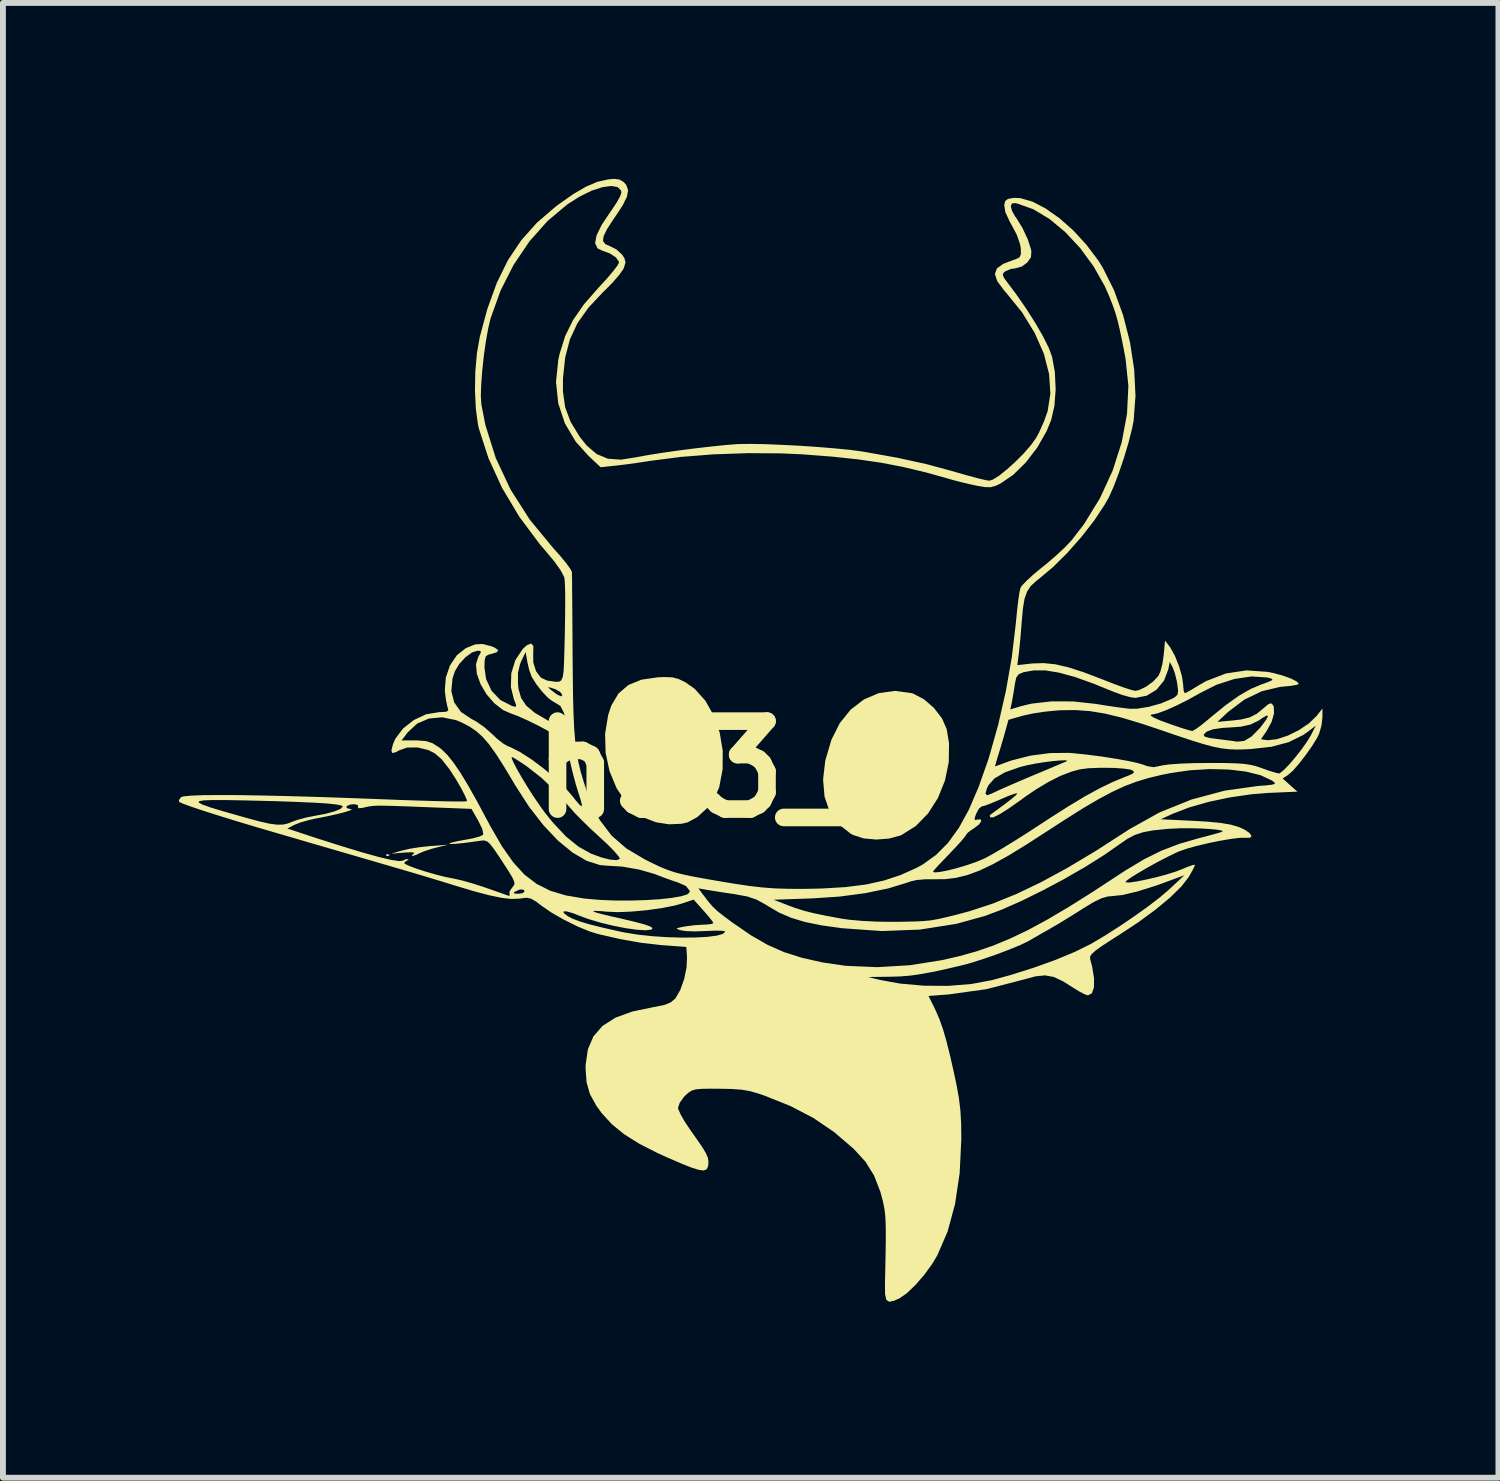
<source format=kicad_pcb>
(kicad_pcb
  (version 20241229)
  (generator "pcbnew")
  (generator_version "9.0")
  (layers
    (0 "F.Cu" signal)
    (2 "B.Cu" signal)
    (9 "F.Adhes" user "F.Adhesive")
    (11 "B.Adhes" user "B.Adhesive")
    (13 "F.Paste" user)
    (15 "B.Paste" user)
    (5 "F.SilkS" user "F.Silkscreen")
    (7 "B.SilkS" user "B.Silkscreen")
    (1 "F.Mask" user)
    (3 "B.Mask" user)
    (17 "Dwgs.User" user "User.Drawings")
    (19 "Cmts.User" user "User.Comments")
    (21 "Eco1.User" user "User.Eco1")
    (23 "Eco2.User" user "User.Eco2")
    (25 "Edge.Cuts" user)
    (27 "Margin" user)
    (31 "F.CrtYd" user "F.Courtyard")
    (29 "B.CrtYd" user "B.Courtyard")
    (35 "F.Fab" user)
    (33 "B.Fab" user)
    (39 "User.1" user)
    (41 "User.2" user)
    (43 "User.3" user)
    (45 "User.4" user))
  (footprint "h33_1"
    (layer "F.Cu")
    (at 9.493 9.052)
    (property "Reference" "h33_1" (at 0 1.016 0) (layer "F.SilkS") (effects (font (size 1.5 1.5) (thickness 0.3))))
    (attr board_only exclude_from_pos_files exclude_from_bom)
    (fp_poly (pts (xy -5.959 2.469) (xy -5.954 2.493) (xy -5.933 2.496) (xy -5.899 2.481) (xy -5.906 2.469) (xy -5.954 2.464)) (stroke (width 0) (type solid)) (fill yes) (layer "F.SilkS"))
    (fp_poly (pts (xy -5.208 2.325) (xy -5.387 2.344) (xy -5.562 2.372) (xy -5.691 2.402) (xy -5.872 2.455) (xy -5.651 2.436) (xy -5.525 2.43) (xy -5.477 2.439) (xy -5.49 2.456) (xy -5.524 2.487) (xy -5.502 2.492) (xy -5.443 2.474) (xy -5.392 2.448) (xy -5.309 2.413) (xy -5.183 2.372) (xy -5.111 2.353) (xy -4.906 2.302)) (stroke (width 0) (type solid)) (fill yes) (layer "F.SilkS"))
    (fp_poly (pts (xy 2.443 -0.283) (xy 2.19 -0.176) (xy 1.964 -0.003) (xy 1.776 0.23) (xy 1.634 0.513) (xy 1.53 0.865) (xy 1.492 1.19) (xy 1.517 1.483) (xy 1.605 1.739) (xy 1.755 1.951) (xy 1.964 2.115) (xy 2.006 2.137) (xy 2.182 2.194) (xy 2.398 2.214) (xy 2.619 2.197) (xy 2.815 2.143) (xy 2.828 2.137) (xy 3.074 1.983) (xy 3.283 1.768) (xy 3.45 1.506) (xy 3.57 1.21) (xy 3.635 0.895) (xy 3.64 0.573) (xy 3.6 0.331) (xy 3.52 0.148) (xy 3.384 -0.029) (xy 3.214 -0.177) (xy 3.032 -0.273) (xy 2.998 -0.283) (xy 2.716 -0.321)) (stroke (width 0) (type solid)) (fill yes) (layer "F.SilkS"))
    (fp_poly (pts (xy -1.324 -0.553) (xy -1.606 -0.512) (xy -1.829 -0.421) (xy -1.997 -0.276) (xy -2.118 -0.073) (xy -2.172 0.088) (xy -2.225 0.411) (xy -2.216 0.736) (xy -2.149 1.048) (xy -2.03 1.336) (xy -1.864 1.585) (xy -1.654 1.781) (xy -1.553 1.844) (xy -1.359 1.919) (xy -1.135 1.954) (xy -0.92 1.945) (xy -0.821 1.922) (xy -0.651 1.83) (xy -0.49 1.682) (xy -0.357 1.5) (xy -0.28 1.325) (xy -0.221 1.016) (xy -0.219 0.7) (xy -0.271 0.39) (xy -0.371 0.102) (xy -0.514 -0.152) (xy -0.697 -0.356) (xy -0.861 -0.471) (xy -0.974 -0.525) (xy -1.081 -0.552) (xy -1.214 -0.557)) (stroke (width 0) (type solid)) (fill yes) (layer "F.SilkS"))
    (fp_poly (pts (xy -2.178 -9.042) (xy -2.358 -9.001) (xy -2.551 -8.919) (xy -2.77 -8.791) (xy -3.027 -8.61) (xy -3.073 -8.575) (xy -3.387 -8.305) (xy -3.654 -8.006) (xy -3.881 -7.667) (xy -4.072 -7.278) (xy -4.234 -6.83) (xy -4.361 -6.36) (xy -4.41 -6.084) (xy -4.438 -5.77) (xy -4.444 -5.444) (xy -4.429 -5.133) (xy -4.393 -4.864) (xy -4.377 -4.794) (xy -4.214 -4.29) (xy -3.982 -3.783) (xy -3.687 -3.289) (xy -3.339 -2.823) (xy -3.238 -2.705) (xy -3.091 -2.529) (xy -2.984 -2.379) (xy -2.925 -2.267) (xy -2.918 -2.243) (xy -2.911 -2.164) (xy -2.906 -2.019) (xy -2.905 -1.822) (xy -2.907 -1.589) (xy -2.911 -1.333) (xy -2.912 -1.288) (xy -2.919 -1.009) (xy -2.925 -0.8) (xy -2.933 -0.652) (xy -2.948 -0.556) (xy -2.973 -0.5) (xy -3.012 -0.477) (xy -3.069 -0.476) (xy -3.147 -0.487) (xy -3.215 -0.497) (xy -3.321 -0.548) (xy -3.403 -0.657) (xy -3.449 -0.805) (xy -3.451 -0.971) (xy -3.45 -0.976) (xy -3.448 -1.087) (xy -3.486 -1.129) (xy -3.559 -1.1) (xy -3.629 -1.036) (xy -3.755 -0.847) (xy -3.824 -0.623) (xy -3.832 -0.387) (xy -3.78 -0.177) (xy -3.744 -0.086) (xy -3.745 -0.052) (xy -3.786 -0.056) (xy -3.81 -0.063) (xy -4.01 -0.165) (xy -4.161 -0.323) (xy -4.255 -0.525) (xy -4.282 -0.72) (xy -4.279 -0.843) (xy -4.262 -0.908) (xy -4.218 -0.938) (xy -4.161 -0.952) (xy -4.066 -0.982) (xy -4.05 -1.019) (xy -4.115 -1.063) (xy -4.167 -1.083) (xy -4.314 -1.121) (xy -4.439 -1.114) (xy -4.581 -1.058) (xy -4.602 -1.048) (xy -4.753 -0.929) (xy -4.87 -0.755) (xy -4.941 -0.548) (xy -4.958 -0.33) (xy -4.957 -0.312) (xy -4.94 -0.177) (xy -4.918 -0.067) (xy -4.907 -0.03) (xy -4.899 0.014) (xy -4.936 0.035) (xy -5.034 0.041) (xy -5.053 0.041) (xy -5.274 0.077) (xy -5.485 0.175) (xy -5.668 0.318) (xy -5.802 0.495) (xy -5.843 0.59) (xy -5.869 0.698) (xy -5.85 0.74) (xy -5.783 0.72) (xy -5.744 0.696) (xy -5.601 0.645) (xy -5.425 0.643) (xy -5.243 0.687) (xy -5.131 0.742) (xy -5.01 0.847) (xy -4.876 1.019) (xy -4.767 1.188) (xy -4.681 1.336) (xy -4.618 1.458) (xy -4.583 1.538) (xy -4.581 1.56) (xy -4.625 1.564) (xy -4.74 1.565) (xy -4.916 1.563) (xy -5.143 1.557) (xy -5.41 1.549) (xy -5.709 1.539) (xy -5.862 1.533) (xy -6.493 1.509) (xy -7.072 1.489) (xy -7.596 1.474) (xy -8.062 1.463) (xy -8.467 1.456) (xy -8.808 1.455) (xy -9.08 1.457) (xy -9.282 1.465) (xy -9.409 1.477) (xy -9.456 1.49) (xy -9.493 1.544) (xy -9.487 1.572) (xy -9.431 1.599) (xy -9.304 1.646) (xy -9.112 1.711) (xy -8.861 1.791) (xy -8.559 1.885) (xy -8.21 1.99) (xy -7.822 2.104) (xy -7.643 2.156) (xy -7.14 2.303) (xy -6.706 2.429) (xy -6.335 2.537) (xy -6.02 2.629) (xy -5.753 2.707) (xy -5.528 2.773) (xy -5.336 2.83) (xy -5.171 2.88) (xy -5.025 2.924) (xy -4.891 2.965) (xy -4.785 2.998) (xy -4.459 3.096) (xy -4.197 3.165) (xy -3.989 3.208) (xy -3.825 3.227) (xy -3.695 3.222) (xy -3.664 3.218) (xy -3.566 3.206) (xy -3.488 3.221) (xy -3.4 3.273) (xy -3.316 3.337) (xy -3.143 3.457) (xy -2.928 3.58) (xy -2.699 3.694) (xy -2.484 3.782) (xy -2.35 3.824) (xy -1.959 3.913) (xy -1.613 3.974) (xy -1.283 4.012) (xy -1.223 4.017) (xy -0.84 4.045) (xy -0.828 4.218) (xy -0.836 4.397) (xy -0.877 4.594) (xy -0.942 4.777) (xy -1.021 4.915) (xy -1.032 4.929) (xy -1.107 4.991) (xy -1.213 5.034) (xy -1.373 5.067) (xy -1.404 5.072) (xy -1.763 5.147) (xy -2.05 5.252) (xy -2.27 5.393) (xy -2.425 5.572) (xy -2.519 5.793) (xy -2.557 6.058) (xy -2.558 6.118) (xy -2.541 6.353) (xy -2.483 6.556) (xy -2.373 6.755) (xy -2.281 6.881) (xy -2.111 7.067) (xy -1.903 7.237) (xy -1.644 7.4) (xy -1.322 7.564) (xy -1.183 7.627) (xy -0.938 7.733) (xy -0.757 7.806) (xy -0.629 7.846) (xy -0.545 7.857) (xy -0.496 7.839) (xy -0.472 7.794) (xy -0.466 7.761) (xy -0.463 7.696) (xy -0.475 7.633) (xy -0.509 7.556) (xy -0.572 7.452) (xy -0.672 7.307) (xy -0.76 7.183) (xy -0.858 7.038) (xy -0.933 6.909) (xy -0.976 6.814) (xy -0.981 6.786) (xy -0.953 6.703) (xy -0.884 6.606) (xy -0.858 6.579) (xy -0.801 6.528) (xy -0.748 6.494) (xy -0.68 6.474) (xy -0.58 6.465) (xy -0.43 6.462) (xy -0.284 6.463) (xy -0.066 6.467) (xy 0.1 6.479) (xy 0.242 6.503) (xy 0.389 6.545) (xy 0.488 6.579) (xy 0.936 6.758) (xy 1.326 6.961) (xy 1.679 7.201) (xy 2.012 7.486) (xy 2.214 7.706) (xy 2.361 7.942) (xy 2.468 8.218) (xy 2.507 8.362) (xy 2.526 8.448) (xy 2.541 8.53) (xy 2.551 8.62) (xy 2.558 8.728) (xy 2.561 8.867) (xy 2.561 9.046) (xy 2.558 9.276) (xy 2.552 9.569) (xy 2.547 9.801) (xy 2.549 9.967) (xy 2.571 10.063) (xy 2.621 10.096) (xy 2.71 10.075) (xy 2.795 10.037) (xy 2.92 9.95) (xy 3.066 9.81) (xy 3.216 9.638) (xy 3.352 9.451) (xy 3.44 9.304) (xy 3.616 8.896) (xy 3.743 8.427) (xy 3.821 7.903) (xy 3.849 7.327) (xy 3.849 7.302) (xy 3.846 7.045) (xy 3.833 6.829) (xy 3.808 6.621) (xy 3.766 6.39) (xy 3.728 6.21) (xy 3.657 5.896) (xy 3.594 5.645) (xy 3.535 5.443) (xy 3.475 5.274) (xy 3.409 5.122) (xy 3.383 5.067) (xy 3.29 4.881) (xy 3.64 4.854) (xy 4.279 4.765) (xy 4.912 4.601) (xy 5.116 4.546) (xy 5.278 4.53) (xy 5.426 4.557) (xy 5.584 4.631) (xy 5.742 4.731) (xy 5.861 4.805) (xy 5.959 4.855) (xy 6.008 4.871) (xy 6.076 4.835) (xy 6.111 4.736) (xy 6.113 4.583) (xy 6.081 4.385) (xy 6.045 4.247) (xy 6.045 4.209) (xy 6.073 4.166) (xy 6.137 4.108) (xy 6.248 4.028) (xy 6.414 3.92) (xy 6.534 3.844) (xy 6.87 3.623) (xy 7.165 3.406) (xy 7.411 3.201) (xy 7.601 3.015) (xy 7.727 2.853) (xy 7.733 2.842) (xy 7.744 2.822) (xy 7.653 2.822) (xy 7.391 3.067) (xy 7.241 3.195) (xy 7.04 3.35) (xy 6.805 3.518) (xy 6.555 3.688) (xy 6.308 3.846) (xy 6.083 3.98) (xy 6.055 3.996) (xy 5.785 4.129) (xy 5.453 4.267) (xy 5.077 4.402) (xy 4.675 4.528) (xy 4.372 4.611) (xy 4.021 4.677) (xy 3.624 4.709) (xy 3.21 4.706) (xy 2.806 4.67) (xy 2.48 4.611) (xy 2.259 4.558) (xy 2.633 4.553) (xy 2.805 4.548) (xy 2.97 4.535) (xy 3.147 4.51) (xy 3.351 4.473) (xy 3.602 4.419) (xy 3.849 4.361) (xy 4.024 4.314) (xy 4.235 4.247) (xy 4.459 4.169) (xy 4.674 4.087) (xy 4.857 4.012) (xy 4.987 3.949) (xy 4.992 3.946) (xy 5.093 3.888) (xy 5.232 3.808) (xy 5.359 3.736) (xy 5.508 3.649) (xy 5.691 3.537) (xy 5.875 3.422) (xy 5.926 3.389) (xy 6.108 3.279) (xy 6.245 3.213) (xy 6.355 3.183) (xy 6.403 3.18) (xy 6.601 3.159) (xy 6.863 3.096) (xy 7.186 2.994) (xy 7.331 2.941) (xy 7.653 2.822) (xy 7.744 2.822) (xy 7.792 2.738) (xy 7.828 2.664) (xy 7.834 2.645) (xy 7.801 2.647) (xy 7.716 2.676) (xy 7.623 2.715) (xy 7.501 2.762) (xy 7.343 2.811) (xy 7.168 2.858) (xy 6.994 2.898) (xy 6.838 2.929) (xy 6.719 2.946) (xy 6.653 2.944) (xy 6.647 2.94) (xy 6.673 2.91) (xy 6.756 2.852) (xy 6.881 2.775) (xy 7.034 2.686) (xy 7.202 2.594) (xy 7.368 2.508) (xy 7.518 2.435) (xy 7.552 2.42) (xy 7.682 2.373) (xy 7.857 2.324) (xy 8.058 2.276) (xy 8.264 2.234) (xy 8.453 2.202) (xy 8.605 2.184) (xy 8.691 2.184) (xy 8.776 2.183) (xy 8.798 2.152) (xy 8.763 2.102) (xy 8.725 2.076) (xy 8.307 2.076) (xy 8.264 2.092) (xy 8.16 2.122) (xy 8.012 2.162) (xy 7.892 2.193) (xy 7.564 2.288) (xy 7.263 2.403) (xy 6.966 2.55) (xy 6.648 2.741) (xy 6.531 2.817) (xy 6.076 3.115) (xy 5.675 3.367) (xy 5.316 3.579) (xy 4.991 3.755) (xy 4.688 3.9) (xy 4.399 4.02) (xy 4.113 4.119) (xy 3.82 4.201) (xy 3.527 4.269) (xy 2.971 4.357) (xy 2.414 4.39) (xy 1.878 4.367) (xy 1.486 4.31) (xy 1.131 4.23) (xy 0.826 4.133) (xy 0.545 4.009) (xy 0.263 3.847) (xy 0.17 3.783) (xy -0.176 3.783) (xy -0.214 3.822) (xy -0.319 3.852) (xy -0.48 3.873) (xy -0.682 3.884) (xy -0.914 3.886) (xy -1.163 3.879) (xy -1.417 3.862) (xy -1.662 3.836) (xy -1.887 3.8) (xy -1.947 3.788) (xy -2.25 3.72) (xy -2.483 3.662) (xy -2.657 3.61) (xy -2.783 3.562) (xy -2.865 3.518) (xy -2.932 3.464) (xy -2.932 3.438) (xy -2.874 3.44) (xy -2.767 3.472) (xy -2.696 3.5) (xy -2.517 3.567) (xy -2.309 3.629) (xy -2.089 3.683) (xy -1.875 3.725) (xy -1.684 3.752) (xy -1.532 3.761) (xy -1.437 3.749) (xy -1.428 3.745) (xy -1.416 3.723) (xy -1.456 3.696) (xy -1.553 3.661) (xy -1.714 3.618) (xy -1.944 3.563) (xy -2.119 3.524) (xy -2.264 3.489) (xy -2.373 3.46) (xy -2.428 3.439) (xy -2.431 3.436) (xy -2.394 3.43) (xy -2.3 3.434) (xy -2.193 3.444) (xy -2.007 3.452) (xy -1.77 3.442) (xy -1.511 3.418) (xy -1.257 3.383) (xy -1.036 3.339) (xy -0.918 3.306) (xy -0.715 3.238) (xy -0.546 3.427) (xy -0.458 3.528) (xy -0.397 3.606) (xy -0.378 3.639) (xy -0.413 3.654) (xy -0.504 3.664) (xy -0.549 3.665) (xy -0.706 3.675) (xy -0.864 3.696) (xy -0.881 3.699) (xy -0.98 3.72) (xy -1.007 3.734) (xy -0.968 3.751) (xy -0.927 3.763) (xy -0.831 3.776) (xy -0.685 3.78) (xy -0.517 3.774) (xy -0.494 3.773) (xy -0.346 3.767) (xy -0.235 3.769) (xy -0.179 3.779) (xy -0.176 3.783) (xy 0.17 3.783) (xy -0.045 3.635) (xy -0.056 3.628) (xy -0.206 3.516) (xy -0.311 3.433) (xy -0.389 3.359) (xy -0.46 3.277) (xy -0.544 3.166) (xy -0.547 3.164) (xy -0.589 3.107) (xy -0.781 3.107) (xy -0.818 3.146) (xy -0.923 3.18) (xy -1.085 3.208) (xy -1.289 3.231) (xy -1.525 3.246) (xy -1.78 3.254) (xy -2.042 3.254) (xy -2.298 3.244) (xy -2.536 3.224) (xy -2.586 3.219) (xy -2.897 3.166) (xy -3.116 3.1) (xy -3.598 3.1) (xy -3.633 3.129) (xy -3.709 3.139) (xy -3.779 3.133) (xy -3.777 3.112) (xy -3.759 3.1) (xy -3.674 3.064) (xy -3.612 3.071) (xy -3.598 3.1) (xy -3.116 3.1) (xy -3.162 3.086) (xy -3.381 2.976) (xy -3.771 2.976) (xy -3.791 3.011) (xy -3.809 3.031) (xy -3.855 3.1) (xy -3.854 3.148) (xy -3.854 3.176) (xy -3.903 3.162) (xy -3.976 3.135) (xy -4.101 3.091) (xy -4.256 3.037) (xy -4.307 3.019) (xy -4.483 2.963) (xy -4.655 2.914) (xy -4.79 2.883) (xy -4.81 2.879) (xy -4.951 2.851) (xy -5.115 2.81) (xy -5.283 2.761) (xy -5.439 2.711) (xy -5.563 2.665) (xy -5.637 2.629) (xy -5.651 2.614) (xy -5.619 2.578) (xy -5.604 2.576) (xy -5.576 2.56) (xy -5.583 2.55) (xy -5.63 2.55) (xy -5.666 2.572) (xy -5.733 2.582) (xy -5.872 2.561) (xy -6.085 2.511) (xy -6.37 2.432) (xy -6.726 2.324) (xy -7.152 2.188) (xy -7.241 2.159) (xy -7.643 2.026) (xy -7.521 1.962) (xy -7.415 1.921) (xy -7.266 1.879) (xy -7.138 1.851) (xy -6.958 1.816) (xy -6.796 1.78) (xy -6.664 1.746) (xy -6.577 1.718) (xy -6.546 1.699) (xy -6.569 1.693) (xy -6.632 1.678) (xy -6.633 1.65) (xy -6.697 1.65) (xy -6.735 1.691) (xy -6.839 1.734) (xy -6.995 1.776) (xy -7.162 1.807) (xy -7.321 1.838) (xy -7.47 1.878) (xy -7.544 1.905) (xy -7.634 1.94) (xy -7.721 1.959) (xy -7.819 1.96) (xy -7.944 1.944) (xy -8.109 1.907) (xy -8.329 1.848) (xy -8.47 1.808) (xy -8.747 1.729) (xy -8.955 1.666) (xy -9.092 1.617) (xy -9.156 1.582) (xy -9.146 1.559) (xy -9.062 1.545) (xy -8.901 1.54) (xy -8.663 1.541) (xy -8.346 1.547) (xy -8.267 1.549) (xy -7.825 1.56) (xy -7.461 1.573) (xy -7.171 1.586) (xy -6.952 1.6) (xy -6.803 1.616) (xy -6.719 1.634) (xy -6.697 1.65) (xy -6.633 1.65) (xy -6.633 1.647) (xy -6.582 1.62) (xy -6.511 1.61) (xy -6.442 1.624) (xy -6.438 1.655) (xy -6.434 1.68) (xy -6.363 1.674) (xy -6.33 1.666) (xy -6.277 1.654) (xy -6.227 1.645) (xy -6.167 1.639) (xy -6.087 1.636) (xy -5.975 1.637) (xy -5.82 1.641) (xy -5.611 1.648) (xy -5.337 1.659) (xy -5.228 1.663) (xy -4.504 1.691) (xy -4.387 1.895) (xy -4.32 2.031) (xy -4.302 2.117) (xy -4.31 2.137) (xy -4.368 2.163) (xy -4.48 2.193) (xy -4.606 2.217) (xy -4.742 2.242) (xy -4.843 2.266) (xy -4.885 2.282) (xy -4.86 2.29) (xy -4.77 2.286) (xy -4.628 2.272) (xy -4.448 2.248) (xy -4.343 2.233) (xy -4.287 2.229) (xy -4.239 2.244) (xy -4.187 2.289) (xy -4.121 2.375) (xy -4.027 2.513) (xy -3.979 2.586) (xy -3.873 2.75) (xy -3.807 2.86) (xy -3.775 2.931) (xy -3.771 2.976) (xy -3.381 2.976) (xy -3.393 2.97) (xy -3.6 2.812) (xy -3.792 2.601) (xy -3.982 2.331) (xy -4.178 1.992) (xy -4.221 1.912) (xy -4.405 1.568) (xy -4.562 1.289) (xy -4.696 1.068) (xy -4.813 0.898) (xy -4.916 0.77) (xy -5.012 0.676) (xy -5.052 0.645) (xy -5.168 0.571) (xy -5.278 0.535) (xy -5.42 0.524) (xy -5.458 0.523) (xy -5.695 0.523) (xy -5.59 0.386) (xy -5.429 0.236) (xy -5.228 0.15) (xy -5.003 0.129) (xy -4.767 0.177) (xy -4.665 0.22) (xy -4.534 0.289) (xy -4.419 0.368) (xy -4.311 0.465) (xy -4.203 0.591) (xy -4.084 0.757) (xy -3.947 0.971) (xy -3.782 1.246) (xy -3.758 1.288) (xy -3.524 1.651) (xy -3.279 1.967) (xy -3.029 2.231) (xy -2.78 2.436) (xy -2.538 2.577) (xy -2.309 2.65) (xy -2.201 2.659) (xy -1.933 2.675) (xy -1.647 2.725) (xy -1.387 2.799) (xy -1.344 2.816) (xy -1.194 2.873) (xy -1.05 2.924) (xy -0.981 2.946) (xy -0.845 3.007) (xy -0.784 3.085) (xy -0.781 3.107) (xy -0.589 3.107) (xy -0.634 3.046) (xy -0.475 3.074) (xy -0.357 3.093) (xy -0.192 3.119) (xy -0.015 3.145) (xy 0.001 3.148) (xy 0.2 3.185) (xy 0.355 3.237) (xy 0.503 3.317) (xy 0.544 3.343) (xy 0.739 3.458) (xy 0.947 3.548) (xy 1.185 3.62) (xy 1.471 3.678) (xy 1.816 3.726) (xy 2.496 3.774) (xy 3.145 3.749) (xy 3.765 3.651) (xy 4.252 3.517) (xy 4.543 3.407) (xy 4.878 3.259) (xy 5.239 3.081) (xy 5.607 2.885) (xy 5.961 2.681) (xy 6.284 2.478) (xy 6.544 2.297) (xy 6.681 2.202) (xy 6.808 2.135) (xy 6.949 2.089) (xy 7.122 2.057) (xy 7.35 2.034) (xy 7.416 2.029) (xy 7.573 2.022) (xy 7.749 2.021) (xy 7.925 2.025) (xy 8.085 2.034) (xy 8.213 2.046) (xy 8.292 2.061) (xy 8.307 2.076) (xy 8.725 2.076) (xy 8.678 2.044) (xy 8.579 1.999) (xy 8.445 1.96) (xy 8.268 1.93) (xy 8.033 1.908) (xy 7.814 1.895) (xy 7.25 1.868) (xy 7.452 1.775) (xy 7.73 1.668) (xy 8.064 1.572) (xy 8.428 1.495) (xy 8.796 1.442) (xy 9.079 1.419) (xy 9.58 1.397) (xy 9.454 1.285) (xy 9.432 1.265) (xy 9.194 1.265) (xy 9.145 1.279) (xy 9.036 1.291) (xy 8.911 1.3) (xy 8.34 1.38) (xy 7.773 1.532) (xy 7.228 1.752) (xy 6.724 2.033) (xy 6.683 2.059) (xy 6.148 2.404) (xy 5.66 2.696) (xy 5.211 2.94) (xy 4.79 3.142) (xy 4.388 3.305) (xy 3.995 3.434) (xy 3.769 3.495) (xy 3.588 3.539) (xy 3.448 3.571) (xy 3.326 3.592) (xy 3.202 3.604) (xy 3.056 3.611) (xy 2.865 3.615) (xy 2.682 3.617) (xy 2.419 3.614) (xy 2.16 3.601) (xy 1.935 3.581) (xy 1.816 3.564) (xy 1.545 3.514) (xy 1.333 3.47) (xy 1.16 3.426) (xy 1.006 3.377) (xy 0.883 3.331) (xy 0.649 3.24) (xy 1.313 3.217) (xy 1.776 3.186) (xy 2.213 3.128) (xy 2.608 3.046) (xy 2.943 2.943) (xy 2.983 2.928) (xy 3.088 2.904) (xy 3.237 2.891) (xy 3.366 2.891) (xy 3.563 2.89) (xy 3.753 2.868) (xy 3.948 2.821) (xy 4.157 2.744) (xy 4.391 2.633) (xy 4.659 2.484) (xy 4.971 2.292) (xy 5.273 2.097) (xy 5.63 1.866) (xy 5.932 1.676) (xy 6.193 1.523) (xy 6.422 1.401) (xy 6.631 1.304) (xy 6.832 1.228) (xy 7.036 1.166) (xy 7.255 1.113) (xy 7.403 1.083) (xy 7.564 1.059) (xy 6.794 1.059) (xy 6.777 1.087) (xy 6.699 1.124) (xy 6.64 1.146) (xy 6.43 1.233) (xy 6.208 1.34) (xy 5.962 1.475) (xy 5.68 1.644) (xy 5.352 1.853) (xy 5.192 1.958) (xy 4.963 2.107) (xy 4.739 2.248) (xy 4.534 2.373) (xy 4.364 2.472) (xy 4.245 2.536) (xy 4.236 2.54) (xy 4.096 2.598) (xy 3.933 2.654) (xy 3.764 2.704) (xy 3.606 2.743) (xy 3.476 2.768) (xy 3.391 2.774) (xy 3.366 2.761) (xy 3.392 2.727) (xy 3.463 2.649) (xy 3.567 2.54) (xy 3.648 2.455) (xy 3.767 2.33) (xy 3.861 2.226) (xy 3.918 2.155) (xy 3.93 2.134) (xy 3.961 2.095) (xy 4.04 2.037) (xy 4.073 2.017) (xy 4.152 1.956) (xy 4.189 1.9) (xy 4.179 1.868) (xy 4.117 1.875) (xy 4.112 1.877) (xy 4.077 1.88) (xy 4.08 1.837) (xy 4.102 1.775) (xy 4.147 1.69) (xy 4.193 1.651) (xy 4.196 1.65) (xy 4.254 1.635) (xy 4.363 1.594) (xy 4.5 1.536) (xy 4.515 1.529) (xy 4.648 1.472) (xy 4.75 1.435) (xy 4.802 1.424) (xy 4.804 1.425) (xy 4.783 1.455) (xy 4.71 1.518) (xy 4.602 1.602) (xy 4.587 1.613) (xy 4.47 1.699) (xy 4.38 1.764) (xy 4.337 1.797) (xy 4.335 1.798) (xy 4.34 1.832) (xy 4.342 1.835) (xy 4.395 1.835) (xy 4.502 1.783) (xy 4.666 1.679) (xy 4.888 1.522) (xy 4.939 1.484) (xy 5.13 1.354) (xy 5.338 1.23) (xy 5.528 1.134) (xy 5.58 1.112) (xy 5.737 1.053) (xy 5.872 1.017) (xy 6.013 0.998) (xy 6.193 0.991) (xy 6.284 0.99) (xy 6.464 0.993) (xy 6.618 1.004) (xy 6.727 1.02) (xy 6.761 1.031) (xy 6.794 1.059) (xy 7.564 1.059) (xy 7.744 1.033) (xy 8.085 1.012) (xy 8.409 1.02) (xy 8.703 1.055) (xy 8.952 1.117) (xy 9.14 1.204) (xy 9.156 1.214) (xy 9.193 1.245) (xy 9.194 1.265) (xy 9.432 1.265) (xy 9.329 1.173) (xy 9.421 1.112) (xy 9.503 1.04) (xy 9.609 0.919) (xy 9.723 0.771) (xy 9.831 0.618) (xy 9.916 0.48) (xy 9.95 0.41) (xy 9.99 0.273) (xy 9.893 0.273) (xy 9.812 0.432) (xy 9.745 0.543) (xy 9.652 0.675) (xy 9.546 0.81) (xy 9.44 0.934) (xy 9.347 1.03) (xy 9.281 1.082) (xy 9.266 1.087) (xy 9.204 1.073) (xy 9.092 1.039) (xy 8.978 0.998) (xy 8.878 0.964) (xy 8.78 0.94) (xy 8.667 0.923) (xy 8.522 0.914) (xy 8.33 0.909) (xy 8.076 0.908) (xy 7.816 0.911) (xy 7.587 0.919) (xy 7.404 0.932) (xy 7.282 0.948) (xy 7.259 0.954) (xy 7.13 0.98) (xy 7.017 0.962) (xy 6.968 0.943) (xy 6.858 0.91) (xy 6.687 0.872) (xy 6.668 0.869) (xy 5.656 0.869) (xy 5.64 0.882) (xy 5.575 0.909) (xy 5.452 0.961) (xy 5.286 1.031) (xy 5.092 1.112) (xy 5.016 1.144) (xy 4.814 1.23) (xy 4.632 1.309) (xy 4.485 1.374) (xy 4.39 1.419) (xy 4.372 1.428) (xy 4.29 1.459) (xy 4.261 1.431) (xy 4.285 1.344) (xy 4.312 1.288) (xy 4.414 1.172) (xy 4.593 1.068) (xy 4.845 0.979) (xy 4.976 0.946) (xy 5.11 0.919) (xy 5.257 0.896) (xy 5.401 0.877) (xy 5.526 0.866) (xy 5.616 0.862) (xy 5.656 0.869) (xy 6.668 0.869) (xy 6.473 0.834) (xy 6.235 0.797) (xy 5.992 0.766) (xy 5.761 0.742) (xy 5.681 0.736) (xy 5.363 0.739) (xy 5.023 0.784) (xy 4.703 0.866) (xy 4.634 0.89) (xy 4.521 0.932) (xy 4.444 0.96) (xy 4.425 0.966) (xy 4.432 0.932) (xy 4.457 0.846) (xy 4.473 0.795) (xy 4.516 0.654) (xy 4.566 0.485) (xy 4.591 0.398) (xy 4.653 0.172) (xy 4.905 0.1) (xy 5.065 0.065) (xy 5.268 0.034) (xy 5.479 0.013) (xy 5.543 0.009) (xy 5.792 0.006) (xy 6.037 0.023) (xy 6.294 0.065) (xy 6.581 0.134) (xy 6.911 0.233) (xy 7.19 0.326) (xy 7.511 0.436) (xy 7.768 0.521) (xy 7.974 0.585) (xy 8.143 0.63) (xy 8.286 0.659) (xy 8.416 0.674) (xy 8.545 0.679) (xy 8.687 0.676) (xy 8.782 0.671) (xy 9.138 0.632) (xy 9.433 0.553) (xy 9.679 0.431) (xy 9.759 0.375) (xy 9.893 0.273) (xy 9.99 0.273) (xy 9.991 0.271) (xy 10.007 0.127) (xy 10.007 0.126) (xy 10.007 -0.02) (xy 9.907 0.107) (xy 9.778 0.232) (xy 9.608 0.347) (xy 9.418 0.441) (xy 9.233 0.502) (xy 9.076 0.52) (xy 9.049 0.517) (xy 8.959 0.503) (xy 9.056 0.362) (xy 9.14 0.208) (xy 9.168 0.111) (xy 9.078 0.111) (xy 9.046 0.174) (xy 8.967 0.28) (xy 8.935 0.318) (xy 8.796 0.459) (xy 8.673 0.532) (xy 8.554 0.545) (xy 8.539 0.542) (xy 8.454 0.53) (xy 8.324 0.513) (xy 8.239 0.503) (xy 8.083 0.482) (xy 7.999 0.458) (xy 7.98 0.428) (xy 8.019 0.386) (xy 8.036 0.373) (xy 8.138 0.334) (xy 8.303 0.31) (xy 8.412 0.304) (xy 8.62 0.289) (xy 8.779 0.253) (xy 8.916 0.187) (xy 8.991 0.136) (xy 9.06 0.097) (xy 9.078 0.111) (xy 9.168 0.111) (xy 9.182 0.062) (xy 9.177 -0.053) (xy 9.164 -0.08) (xy 9.13 -0.111) (xy 9.081 -0.092) (xy 9.013 -0.034) (xy 8.889 0.068) (xy 8.766 0.131) (xy 8.613 0.168) (xy 8.47 0.184) (xy 8.217 0.207) (xy 8.398 0.038) (xy 8.674 -0.171) (xy 8.975 -0.316) (xy 9.286 -0.389) (xy 9.334 -0.394) (xy 9.47 -0.407) (xy 9.567 -0.424) (xy 9.605 -0.44) (xy 9.605 -0.441) (xy 9.569 -0.481) (xy 9.493 -0.52) (xy 9.155 -0.52) (xy 9.14 -0.498) (xy 9.063 -0.465) (xy 8.974 -0.434) (xy 8.786 -0.355) (xy 8.584 -0.239) (xy 8.358 -0.078) (xy 8.093 0.137) (xy 8.077 0.151) (xy 7.957 0.25) (xy 7.857 0.324) (xy 7.796 0.36) (xy 7.788 0.362) (xy 7.733 0.35) (xy 7.622 0.317) (xy 7.479 0.269) (xy 7.438 0.255) (xy 7.248 0.186) (xy 7.126 0.132) (xy 7.075 0.096) (xy 7.097 0.08) (xy 7.112 0.08) (xy 7.203 0.059) (xy 7.344 0.007) (xy 7.517 -0.07) (xy 7.703 -0.163) (xy 7.884 -0.263) (xy 7.912 -0.28) (xy 8.207 -0.428) (xy 8.508 -0.525) (xy 8.798 -0.567) (xy 9.06 -0.55) (xy 9.115 -0.538) (xy 9.155 -0.52) (xy 9.493 -0.52) (xy 9.472 -0.531) (xy 9.334 -0.581) (xy 9.172 -0.625) (xy 9.076 -0.645) (xy 8.714 -0.671) (xy 8.36 -0.618) (xy 8.021 -0.487) (xy 7.873 -0.401) (xy 7.765 -0.335) (xy 7.686 -0.292) (xy 7.66 -0.282) (xy 7.642 -0.317) (xy 7.642 -0.32) (xy 7.546 -0.32) (xy 7.535 -0.255) (xy 7.487 -0.211) (xy 7.437 -0.184) (xy 7.253 -0.107) (xy 7.045 -0.049) (xy 6.847 -0.017) (xy 6.727 -0.016) (xy 6.619 -0.028) (xy 6.456 -0.05) (xy 6.266 -0.079) (xy 6.144 -0.099) (xy 5.757 -0.141) (xy 5.383 -0.142) (xy 5.044 -0.103) (xy 4.87 -0.061) (xy 4.685 -0.005) (xy 4.712 -0.133) (xy 4.735 -0.26) (xy 4.758 -0.407) (xy 4.762 -0.433) (xy 4.785 -0.546) (xy 4.828 -0.605) (xy 4.909 -0.639) (xy 4.911 -0.64) (xy 5.088 -0.671) (xy 5.286 -0.67) (xy 5.516 -0.632) (xy 5.787 -0.558) (xy 6.108 -0.443) (xy 6.445 -0.306) (xy 6.595 -0.251) (xy 6.736 -0.213) (xy 6.82 -0.202) (xy 7.01 -0.239) (xy 7.178 -0.341) (xy 7.306 -0.497) (xy 7.378 -0.686) (xy 7.404 -0.816) (xy 7.454 -0.72) (xy 7.491 -0.62) (xy 7.524 -0.486) (xy 7.532 -0.436) (xy 7.546 -0.32) (xy 7.642 -0.32) (xy 7.633 -0.404) (xy 7.633 -0.421) (xy 7.613 -0.565) (xy 7.562 -0.742) (xy 7.491 -0.919) (xy 7.412 -1.061) (xy 7.397 -1.082) (xy 7.323 -1.178) (xy 7.3 -0.929) (xy 7.278 -0.778) (xy 7.242 -0.646) (xy 7.212 -0.58) (xy 7.121 -0.481) (xy 6.999 -0.392) (xy 6.877 -0.334) (xy 6.814 -0.322) (xy 6.75 -0.337) (xy 6.628 -0.376) (xy 6.465 -0.435) (xy 6.278 -0.508) (xy 6.25 -0.519) (xy 5.933 -0.64) (xy 5.671 -0.724) (xy 5.449 -0.775) (xy 5.252 -0.795) (xy 5.065 -0.789) (xy 5.044 -0.787) (xy 4.804 -0.76) (xy 4.829 -0.953) (xy 4.844 -1.089) (xy 4.861 -1.269) (xy 4.876 -1.459) (xy 4.878 -1.489) (xy 4.899 -1.721) (xy 4.927 -1.891) (xy 4.97 -2.014) (xy 5.034 -2.11) (xy 5.126 -2.195) (xy 5.17 -2.229) (xy 5.405 -2.425) (xy 5.654 -2.671) (xy 5.897 -2.946) (xy 6.118 -3.23) (xy 6.297 -3.501) (xy 6.365 -3.621) (xy 6.446 -3.803) (xy 6.535 -4.037) (xy 6.623 -4.297) (xy 6.701 -4.557) (xy 6.76 -4.79) (xy 6.788 -4.931) (xy 6.819 -5.349) (xy 6.811 -5.523) (xy 6.698 -5.523) (xy 6.675 -5.045) (xy 6.584 -4.559) (xy 6.429 -4.075) (xy 6.213 -3.606) (xy 5.941 -3.163) (xy 5.725 -2.884) (xy 5.619 -2.772) (xy 5.472 -2.635) (xy 5.309 -2.494) (xy 5.225 -2.427) (xy 5.082 -2.309) (xy 4.963 -2.2) (xy 4.882 -2.115) (xy 4.857 -2.076) (xy 4.841 -2.004) (xy 4.821 -1.87) (xy 4.8 -1.691) (xy 4.78 -1.486) (xy 4.776 -1.447) (xy 4.711 -0.901) (xy 4.61 -0.322) (xy 4.478 0.257) (xy 4.324 0.802) (xy 4.304 0.865) (xy 4.144 1.318) (xy 3.981 1.698) (xy 3.809 2.013) (xy 3.624 2.269) (xy 3.421 2.474) (xy 3.195 2.637) (xy 3.086 2.697) (xy 2.814 2.819) (xy 2.53 2.913) (xy 2.221 2.981) (xy 1.872 3.025) (xy 1.468 3.049) (xy 1.171 3.055) (xy 0.904 3.054) (xy 0.675 3.047) (xy 0.46 3.031) (xy 0.233 3.005) (xy -0.034 2.965) (xy -0.197 2.938) (xy -0.487 2.888) (xy -0.714 2.847) (xy -0.891 2.81) (xy -1.036 2.773) (xy -1.163 2.73) (xy -1.288 2.679) (xy -1.426 2.613) (xy -1.545 2.554) (xy -1.565 2.542) (xy -1.972 2.542) (xy -1.972 2.544) (xy -2.029 2.565) (xy -2.14 2.556) (xy -2.287 2.519) (xy -2.451 2.459) (xy -2.468 2.452) (xy -2.68 2.334) (xy -2.89 2.163) (xy -3.108 1.932) (xy -3.249 1.759) (xy -3.344 1.627) (xy -3.449 1.473) (xy -3.554 1.308) (xy -3.651 1.147) (xy -3.733 1.004) (xy -3.792 0.89) (xy -3.819 0.82) (xy -3.815 0.805) (xy -3.774 0.826) (xy -3.686 0.881) (xy -3.569 0.959) (xy -3.565 0.962) (xy -3.31 1.161) (xy -3.053 1.406) (xy -2.826 1.666) (xy -2.822 1.671) (xy -2.742 1.762) (xy -2.618 1.888) (xy -2.469 2.033) (xy -2.322 2.168) (xy -2.182 2.298) (xy -2.07 2.412) (xy -1.996 2.497) (xy -1.972 2.542) (xy -1.565 2.542) (xy -1.862 2.366) (xy -2.114 2.147) (xy -2.314 1.884) (xy -2.443 1.625) (xy -2.621 1.625) (xy -2.625 1.649) (xy -2.662 1.619) (xy -2.728 1.543) (xy -2.773 1.484) (xy -2.903 1.333) (xy -3.076 1.167) (xy -3.275 1) (xy -3.48 0.847) (xy -3.674 0.722) (xy -3.839 0.638) (xy -3.879 0.624) (xy -3.96 0.579) (xy -4.068 0.494) (xy -4.152 0.414) (xy -4.281 0.3) (xy -4.425 0.199) (xy -4.507 0.155) (xy -4.683 0.038) (xy -4.798 -0.124) (xy -4.847 -0.319) (xy -4.826 -0.536) (xy -4.787 -0.654) (xy -4.712 -0.78) (xy -4.607 -0.894) (xy -4.493 -0.977) (xy -4.399 -1.006) (xy -4.347 -1) (xy -4.348 -0.968) (xy -4.384 -0.909) (xy -4.427 -0.776) (xy -4.412 -0.613) (xy -4.349 -0.437) (xy -4.248 -0.265) (xy -4.116 -0.112) (xy -3.964 0.006) (xy -3.839 0.061) (xy -3.712 0.108) (xy -3.549 0.181) (xy -3.373 0.267) (xy -3.206 0.356) (xy -3.069 0.436) (xy -2.988 0.495) (xy -2.92 0.579) (xy -2.868 0.701) (xy -2.822 0.881) (xy -2.819 0.897) (xy -2.775 1.084) (xy -2.723 1.278) (xy -2.677 1.425) (xy -2.639 1.544) (xy -2.621 1.625) (xy -2.443 1.625) (xy -2.474 1.564) (xy -2.532 1.406) (xy -2.592 1.223) (xy -2.642 1.054) (xy -2.681 0.891) (xy -2.712 0.721) (xy -2.735 0.533) (xy -2.752 0.317) (xy -2.759 0.167) (xy -2.914 0.167) (xy -2.92 0.265) (xy -2.937 0.314) (xy -2.944 0.315) (xy -2.992 0.291) (xy -3.091 0.24) (xy -3.215 0.175) (xy -3.426 0.051) (xy -3.569 -0.069) (xy -3.657 -0.2) (xy -3.702 -0.357) (xy -3.71 -0.437) (xy -3.711 -0.626) (xy -3.676 -0.777) (xy -3.654 -0.829) (xy -3.58 -0.985) (xy -3.551 -0.816) (xy -3.521 -0.685) (xy -3.482 -0.574) (xy -3.473 -0.555) (xy -3.396 -0.433) (xy -3.299 -0.309) (xy -3.202 -0.206) (xy -3.123 -0.145) (xy -3.109 -0.139) (xy -2.987 -0.065) (xy -2.924 0.061) (xy -2.914 0.167) (xy -2.759 0.167) (xy -2.764 0.061) (xy -2.772 -0.245) (xy -2.772 -0.25) (xy -2.954 -0.25) (xy -2.975 -0.227) (xy -3.042 -0.259) (xy -3.075 -0.282) (xy -3.153 -0.341) (xy -3.194 -0.378) (xy -3.195 -0.382) (xy -3.163 -0.379) (xy -3.083 -0.353) (xy -3.075 -0.35) (xy -2.991 -0.303) (xy -2.954 -0.252) (xy -2.954 -0.25) (xy -2.772 -0.25) (xy -2.776 -0.614) (xy -2.779 -0.906) (xy -2.781 -1.232) (xy -2.783 -1.535) (xy -2.785 -1.804) (xy -2.787 -2.03) (xy -2.788 -2.202) (xy -2.79 -2.311) (xy -2.79 -2.345) (xy -2.817 -2.401) (xy -2.89 -2.501) (xy -2.995 -2.629) (xy -3.112 -2.759) (xy -3.511 -3.243) (xy -3.838 -3.756) (xy -4.09 -4.294) (xy -4.266 -4.854) (xy -4.335 -5.206) (xy -4.344 -5.347) (xy -4.338 -5.545) (xy -4.32 -5.781) (xy -4.293 -6.033) (xy -4.258 -6.281) (xy -4.218 -6.504) (xy -4.178 -6.673) (xy -4.008 -7.146) (xy -3.785 -7.586) (xy -3.516 -7.985) (xy -3.208 -8.332) (xy -2.869 -8.617) (xy -2.652 -8.754) (xy -2.453 -8.851) (xy -2.272 -8.91) (xy -2.12 -8.931) (xy -2.01 -8.912) (xy -1.953 -8.853) (xy -1.947 -8.817) (xy -1.97 -8.751) (xy -2.031 -8.643) (xy -2.116 -8.515) (xy -2.131 -8.495) (xy -2.283 -8.268) (xy -2.371 -8.088) (xy -2.395 -7.955) (xy -2.355 -7.868) (xy -2.28 -7.831) (xy -2.142 -7.78) (xy -2.038 -7.711) (xy -1.989 -7.638) (xy -1.988 -7.625) (xy -2.014 -7.574) (xy -2.087 -7.478) (xy -2.194 -7.352) (xy -2.326 -7.208) (xy -2.34 -7.193) (xy -2.587 -6.911) (xy -2.772 -6.643) (xy -2.906 -6.371) (xy -2.999 -6.074) (xy -3.023 -5.967) (xy -3.062 -5.589) (xy -3.024 -5.225) (xy -2.911 -4.883) (xy -2.725 -4.57) (xy -2.509 -4.33) (xy -2.302 -4.135) (xy -2.054 -4.161) (xy -1.894 -4.18) (xy -1.693 -4.207) (xy -1.489 -4.238) (xy -1.444 -4.245) (xy -0.931 -4.311) (xy -0.369 -4.355) (xy 0.213 -4.375) (xy 0.788 -4.371) (xy 1.152 -4.354) (xy 1.645 -4.316) (xy 2.079 -4.27) (xy 2.475 -4.213) (xy 2.855 -4.14) (xy 3.24 -4.048) (xy 3.652 -3.933) (xy 3.688 -3.922) (xy 3.834 -3.883) (xy 4.009 -3.842) (xy 4.111 -3.82) (xy 4.253 -3.796) (xy 4.35 -3.794) (xy 4.435 -3.818) (xy 4.513 -3.855) (xy 4.734 -4.005) (xy 4.949 -4.216) (xy 5.144 -4.47) (xy 5.302 -4.747) (xy 5.382 -4.941) (xy 5.437 -5.182) (xy 5.458 -5.464) (xy 5.444 -5.757) (xy 5.397 -6.018) (xy 5.341 -6.169) (xy 5.243 -6.366) (xy 5.112 -6.593) (xy 4.957 -6.837) (xy 4.788 -7.081) (xy 4.666 -7.244) (xy 4.588 -7.347) (xy 4.557 -7.407) (xy 4.565 -7.446) (xy 4.598 -7.475) (xy 4.694 -7.516) (xy 4.776 -7.527) (xy 4.882 -7.558) (xy 4.973 -7.625) (xy 5.036 -7.714) (xy 5.044 -7.812) (xy 5.036 -7.856) (xy 4.981 -8.025) (xy 4.892 -8.214) (xy 4.79 -8.381) (xy 4.769 -8.408) (xy 4.715 -8.503) (xy 4.694 -8.58) (xy 4.709 -8.632) (xy 4.767 -8.639) (xy 4.805 -8.631) (xy 5.077 -8.534) (xy 5.353 -8.368) (xy 5.622 -8.144) (xy 5.876 -7.872) (xy 6.103 -7.562) (xy 6.294 -7.225) (xy 6.374 -7.044) (xy 6.428 -6.905) (xy 6.473 -6.778) (xy 6.512 -6.644) (xy 6.55 -6.485) (xy 6.592 -6.286) (xy 6.642 -6.027) (xy 6.65 -5.982) (xy 6.698 -5.523) (xy 6.811 -5.523) (xy 6.797 -5.8) (xy 6.726 -6.265) (xy 6.609 -6.724) (xy 6.452 -7.156) (xy 6.26 -7.54) (xy 6.184 -7.661) (xy 5.982 -7.929) (xy 5.759 -8.172) (xy 5.523 -8.381) (xy 5.287 -8.547) (xy 5.062 -8.664) (xy 4.856 -8.723) (xy 4.747 -8.728) (xy 4.645 -8.711) (xy 4.597 -8.673) (xy 4.581 -8.604) (xy 4.6 -8.485) (xy 4.676 -8.32) (xy 4.709 -8.262) (xy 4.797 -8.094) (xy 4.851 -7.937) (xy 4.863 -7.87) (xy 4.865 -7.765) (xy 4.839 -7.711) (xy 4.77 -7.679) (xy 4.755 -7.675) (xy 4.566 -7.604) (xy 4.456 -7.525) (xy 4.422 -7.428) (xy 4.462 -7.308) (xy 4.574 -7.156) (xy 4.606 -7.12) (xy 4.884 -6.777) (xy 5.101 -6.424) (xy 5.257 -6.07) (xy 5.346 -5.723) (xy 5.368 -5.39) (xy 5.321 -5.09) (xy 5.258 -4.913) (xy 5.174 -4.726) (xy 5.124 -4.634) (xy 5.038 -4.514) (xy 4.919 -4.376) (xy 4.779 -4.235) (xy 4.635 -4.104) (xy 4.501 -3.996) (xy 4.391 -3.926) (xy 4.328 -3.905) (xy 4.261 -3.916) (xy 4.133 -3.946) (xy 3.962 -3.992) (xy 3.765 -4.048) (xy 3.716 -4.063) (xy 3.262 -4.186) (xy 2.767 -4.295) (xy 2.212 -4.394) (xy 2.158 -4.403) (xy 1.96 -4.43) (xy 1.706 -4.455) (xy 1.417 -4.479) (xy 1.11 -4.5) (xy 0.803 -4.516) (xy 0.515 -4.528) (xy 0.265 -4.533) (xy 0.071 -4.531) (xy 0.025 -4.529) (xy -0.183 -4.512) (xy -0.434 -4.486) (xy -0.71 -4.454) (xy -0.99 -4.418) (xy -1.255 -4.38) (xy -1.483 -4.344) (xy -1.656 -4.312) (xy -1.686 -4.306) (xy -1.955 -4.264) (xy -2.177 -4.28) (xy -2.366 -4.358) (xy -2.537 -4.503) (xy -2.658 -4.654) (xy -2.813 -4.908) (xy -2.906 -5.157) (xy -2.944 -5.428) (xy -2.943 -5.656) (xy -2.905 -6.009) (xy -2.825 -6.315) (xy -2.696 -6.592) (xy -2.508 -6.857) (xy -2.253 -7.128) (xy -2.225 -7.154) (xy -2.099 -7.282) (xy -1.991 -7.406) (xy -1.92 -7.504) (xy -1.906 -7.531) (xy -1.877 -7.627) (xy -1.896 -7.702) (xy -1.936 -7.761) (xy -2.033 -7.85) (xy -2.143 -7.905) (xy -2.224 -7.941) (xy -2.261 -7.994) (xy -2.25 -8.076) (xy -2.191 -8.197) (xy -2.081 -8.366) (xy -2.048 -8.413) (xy -1.923 -8.604) (xy -1.852 -8.749) (xy -1.833 -8.859) (xy -1.863 -8.947) (xy -1.906 -8.996) (xy -1.977 -9.04) (xy -2.072 -9.052)) (stroke (width 0) (type solid)) (fill yes) (layer "F.SilkS")))
  (gr_rect
    (start -3 -3)
    (end 22.501 22.148)
    (stroke (width 0.1) (type default))
    (fill no)
    (layer "Edge.Cuts")))
</source>
